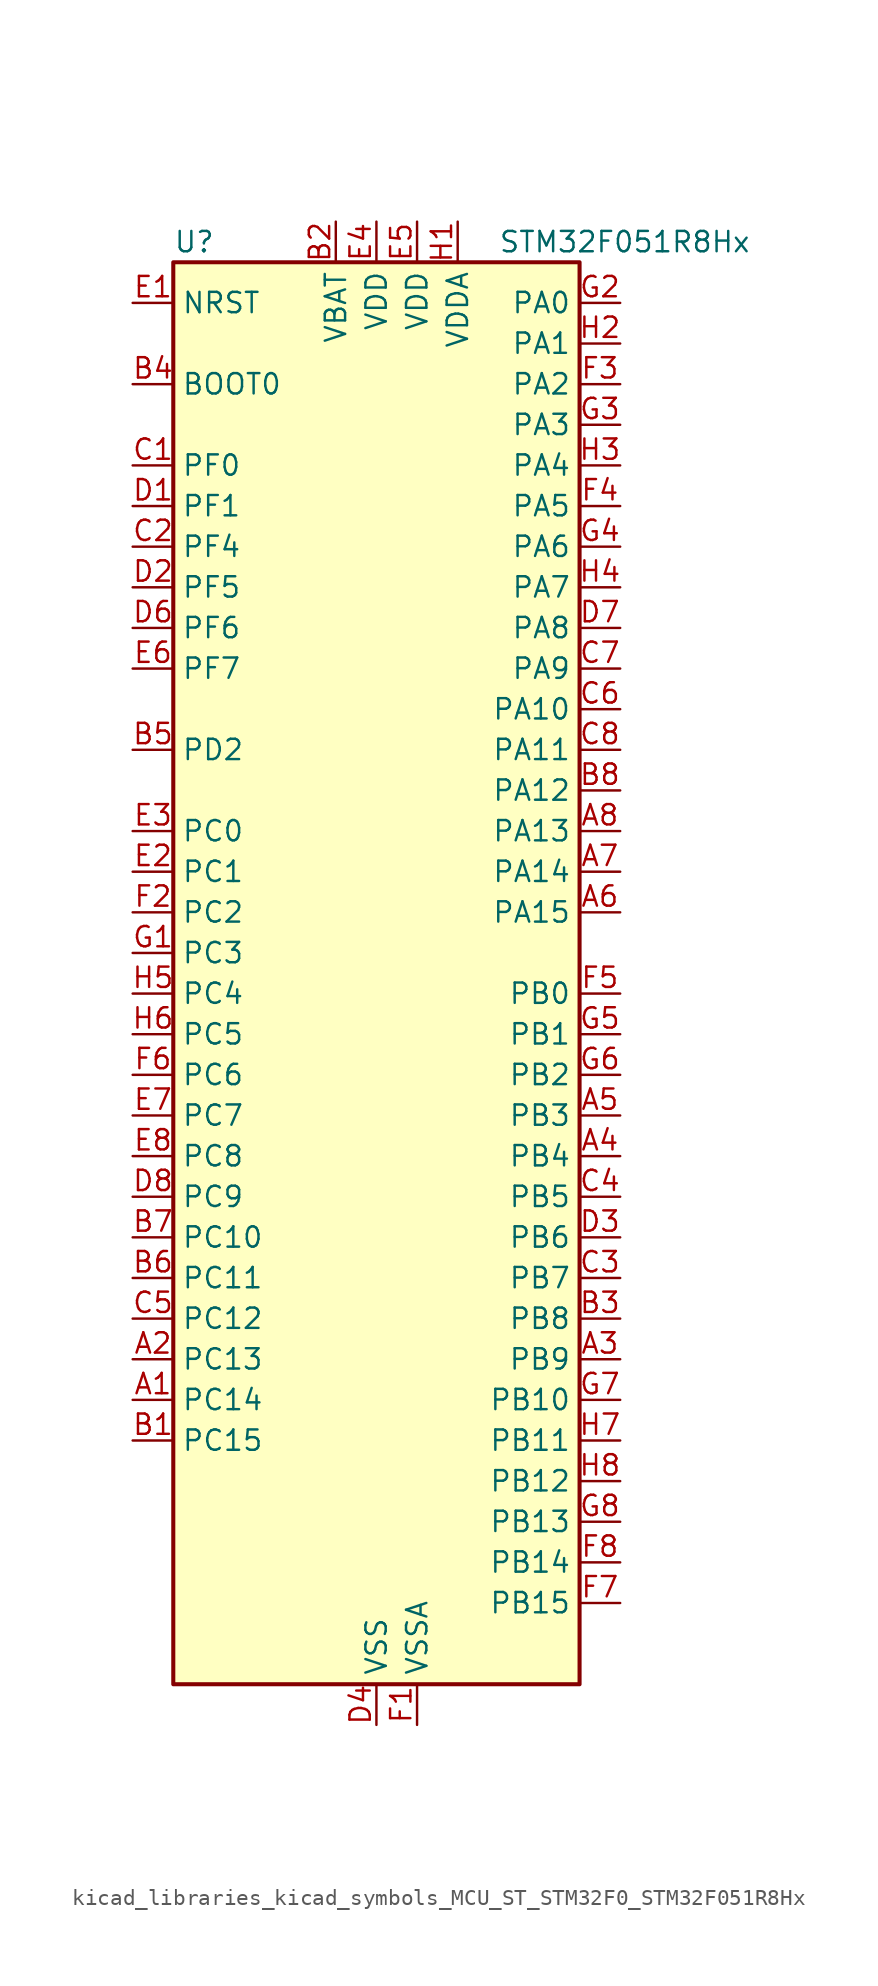
<source format=kicad_sym>
(kicad_symbol_lib
  (version 20220914)
  (generator kicad_symbol_editor)
  (symbol "kicad_libraries_kicad_symbols_MCU_ST_STM32F0_STM32F051R8Hx"
    (property "Reference" "U"
      (at -12.7 46.99 0)
      (effects (font (size 1.27 1.27)) (justify left)))
    (property "Value" "STM32F051R8Hx"
      (at 7.62 46.99 0)
      (effects (font (size 1.27 1.27)) (justify left)))
    (property "ki_locked" ""
      (at 0 0 0)
      (effects (font (size 1.27 1.27))))
    (symbol "kicad_libraries_kicad_symbols_MCU_ST_STM32F0_STM32F051R8Hx_0_1"
      (rectangle (start -12.7 -43.18) (end 12.7 45.72) (stroke (width 0.254) (type default)) (fill (type background))))
    (symbol "kicad_libraries_kicad_symbols_MCU_ST_STM32F0_STM32F051R8Hx_1_1"
      (pin bidirectional line (at -15.24 -25.4 0) (length 2.54) (name "PC14" (effects (font (size 1.27 1.27)))) (number "A1" (effects (font (size 1.27 1.27)))) (alternate "RCC_OSC32_IN" bidirectional line))
      (pin bidirectional line (at -15.24 -22.86 0) (length 2.54) (name "PC13" (effects (font (size 1.27 1.27)))) (number "A2" (effects (font (size 1.27 1.27)))) (alternate "RTC_OUT_ALARM" bidirectional line) (alternate "RTC_OUT_CALIB" bidirectional line) (alternate "RTC_TAMP1" bidirectional line) (alternate "RTC_TS" bidirectional line) (alternate "SYS_WKUP2" bidirectional line))
      (pin bidirectional line (at 15.24 -22.86 180) (length 2.54) (name "PB9" (effects (font (size 1.27 1.27)))) (number "A3" (effects (font (size 1.27 1.27)))) (alternate "DAC1_EXTI9" bidirectional line) (alternate "I2C1_SDA" bidirectional line) (alternate "IR_OUT" bidirectional line) (alternate "TIM17_CH1" bidirectional line))
      (pin bidirectional line (at 15.24 -10.16 180) (length 2.54) (name "PB4" (effects (font (size 1.27 1.27)))) (number "A4" (effects (font (size 1.27 1.27)))) (alternate "I2S1_MCK" bidirectional line) (alternate "SPI1_MISO" bidirectional line) (alternate "TIM3_CH1" bidirectional line) (alternate "TSC_G5_IO2" bidirectional line))
      (pin bidirectional line (at 15.24 -7.62 180) (length 2.54) (name "PB3" (effects (font (size 1.27 1.27)))) (number "A5" (effects (font (size 1.27 1.27)))) (alternate "I2S1_CK" bidirectional line) (alternate "SPI1_SCK" bidirectional line) (alternate "TIM2_CH2" bidirectional line) (alternate "TSC_G5_IO1" bidirectional line))
      (pin bidirectional line (at 15.24 5.08 180) (length 2.54) (name "PA15" (effects (font (size 1.27 1.27)))) (number "A6" (effects (font (size 1.27 1.27)))) (alternate "I2S1_WS" bidirectional line) (alternate "SPI1_NSS" bidirectional line) (alternate "TIM2_CH1" bidirectional line) (alternate "TIM2_ETR" bidirectional line) (alternate "USART2_RX" bidirectional line))
      (pin bidirectional line (at 15.24 7.62 180) (length 2.54) (name "PA14" (effects (font (size 1.27 1.27)))) (number "A7" (effects (font (size 1.27 1.27)))) (alternate "SYS_SWCLK" bidirectional line) (alternate "USART2_TX" bidirectional line))
      (pin bidirectional line (at 15.24 10.16 180) (length 2.54) (name "PA13" (effects (font (size 1.27 1.27)))) (number "A8" (effects (font (size 1.27 1.27)))) (alternate "IR_OUT" bidirectional line) (alternate "SYS_SWDIO" bidirectional line))
      (pin bidirectional line (at -15.24 -27.94 0) (length 2.54) (name "PC15" (effects (font (size 1.27 1.27)))) (number "B1" (effects (font (size 1.27 1.27)))) (alternate "RCC_OSC32_OUT" bidirectional line))
      (pin power_in line (at -2.54 48.26 270) (length 2.54) (name "VBAT" (effects (font (size 1.27 1.27)))) (number "B2" (effects (font (size 1.27 1.27)))))
      (pin bidirectional line (at 15.24 -20.32 180) (length 2.54) (name "PB8" (effects (font (size 1.27 1.27)))) (number "B3" (effects (font (size 1.27 1.27)))) (alternate "CEC" bidirectional line) (alternate "I2C1_SCL" bidirectional line) (alternate "TIM16_CH1" bidirectional line) (alternate "TSC_SYNC" bidirectional line))
      (pin input line (at -15.24 38.1 0) (length 2.54) (name "BOOT0" (effects (font (size 1.27 1.27)))) (number "B4" (effects (font (size 1.27 1.27)))))
      (pin bidirectional line (at -15.24 15.24 0) (length 2.54) (name "PD2" (effects (font (size 1.27 1.27)))) (number "B5" (effects (font (size 1.27 1.27)))) (alternate "TIM3_ETR" bidirectional line))
      (pin bidirectional line (at -15.24 -17.78 0) (length 2.54) (name "PC11" (effects (font (size 1.27 1.27)))) (number "B6" (effects (font (size 1.27 1.27)))))
      (pin bidirectional line (at -15.24 -15.24 0) (length 2.54) (name "PC10" (effects (font (size 1.27 1.27)))) (number "B7" (effects (font (size 1.27 1.27)))))
      (pin bidirectional line (at 15.24 12.7 180) (length 2.54) (name "PA12" (effects (font (size 1.27 1.27)))) (number "B8" (effects (font (size 1.27 1.27)))) (alternate "COMP2_OUT" bidirectional line) (alternate "TIM1_ETR" bidirectional line) (alternate "TSC_G4_IO4" bidirectional line) (alternate "USART1_DE" bidirectional line) (alternate "USART1_RTS" bidirectional line))
      (pin bidirectional line (at -15.24 33.02 0) (length 2.54) (name "PF0" (effects (font (size 1.27 1.27)))) (number "C1" (effects (font (size 1.27 1.27)))) (alternate "RCC_OSC_IN" bidirectional line))
      (pin bidirectional line (at -15.24 27.94 0) (length 2.54) (name "PF4" (effects (font (size 1.27 1.27)))) (number "C2" (effects (font (size 1.27 1.27)))))
      (pin bidirectional line (at 15.24 -17.78 180) (length 2.54) (name "PB7" (effects (font (size 1.27 1.27)))) (number "C3" (effects (font (size 1.27 1.27)))) (alternate "I2C1_SDA" bidirectional line) (alternate "TIM17_CH1N" bidirectional line) (alternate "TSC_G5_IO4" bidirectional line) (alternate "USART1_RX" bidirectional line))
      (pin bidirectional line (at 15.24 -12.7 180) (length 2.54) (name "PB5" (effects (font (size 1.27 1.27)))) (number "C4" (effects (font (size 1.27 1.27)))) (alternate "I2C1_SMBA" bidirectional line) (alternate "I2S1_SD" bidirectional line) (alternate "SPI1_MOSI" bidirectional line) (alternate "TIM16_BKIN" bidirectional line) (alternate "TIM3_CH2" bidirectional line))
      (pin bidirectional line (at -15.24 -20.32 0) (length 2.54) (name "PC12" (effects (font (size 1.27 1.27)))) (number "C5" (effects (font (size 1.27 1.27)))))
      (pin bidirectional line (at 15.24 17.78 180) (length 2.54) (name "PA10" (effects (font (size 1.27 1.27)))) (number "C6" (effects (font (size 1.27 1.27)))) (alternate "TIM17_BKIN" bidirectional line) (alternate "TIM1_CH3" bidirectional line) (alternate "TSC_G4_IO2" bidirectional line) (alternate "USART1_RX" bidirectional line))
      (pin bidirectional line (at 15.24 20.32 180) (length 2.54) (name "PA9" (effects (font (size 1.27 1.27)))) (number "C7" (effects (font (size 1.27 1.27)))) (alternate "DAC1_EXTI9" bidirectional line) (alternate "TIM15_BKIN" bidirectional line) (alternate "TIM1_CH2" bidirectional line) (alternate "TSC_G4_IO1" bidirectional line) (alternate "USART1_TX" bidirectional line))
      (pin bidirectional line (at 15.24 15.24 180) (length 2.54) (name "PA11" (effects (font (size 1.27 1.27)))) (number "C8" (effects (font (size 1.27 1.27)))) (alternate "COMP1_OUT" bidirectional line) (alternate "TIM1_CH4" bidirectional line) (alternate "TSC_G4_IO3" bidirectional line) (alternate "USART1_CTS" bidirectional line))
      (pin bidirectional line (at -15.24 30.48 0) (length 2.54) (name "PF1" (effects (font (size 1.27 1.27)))) (number "D1" (effects (font (size 1.27 1.27)))) (alternate "RCC_OSC_OUT" bidirectional line))
      (pin bidirectional line (at -15.24 25.4 0) (length 2.54) (name "PF5" (effects (font (size 1.27 1.27)))) (number "D2" (effects (font (size 1.27 1.27)))))
      (pin bidirectional line (at 15.24 -15.24 180) (length 2.54) (name "PB6" (effects (font (size 1.27 1.27)))) (number "D3" (effects (font (size 1.27 1.27)))) (alternate "I2C1_SCL" bidirectional line) (alternate "TIM16_CH1N" bidirectional line) (alternate "TSC_G5_IO3" bidirectional line) (alternate "USART1_TX" bidirectional line))
      (pin power_in line (at 0 -45.72 90) (length 2.54) (name "VSS" (effects (font (size 1.27 1.27)))) (number "D4" (effects (font (size 1.27 1.27)))))
      (pin passive line (at 0 -45.72 90) (length 2.54) hide (name "VSS" (effects (font (size 1.27 1.27)))) (number "D5" (effects (font (size 1.27 1.27)))))
      (pin bidirectional line (at -15.24 22.86 0) (length 2.54) (name "PF6" (effects (font (size 1.27 1.27)))) (number "D6" (effects (font (size 1.27 1.27)))) (alternate "I2C2_SCL" bidirectional line))
      (pin bidirectional line (at 15.24 22.86 180) (length 2.54) (name "PA8" (effects (font (size 1.27 1.27)))) (number "D7" (effects (font (size 1.27 1.27)))) (alternate "RCC_MCO" bidirectional line) (alternate "TIM1_CH1" bidirectional line) (alternate "USART1_CK" bidirectional line))
      (pin bidirectional line (at -15.24 -12.7 0) (length 2.54) (name "PC9" (effects (font (size 1.27 1.27)))) (number "D8" (effects (font (size 1.27 1.27)))) (alternate "DAC1_EXTI9" bidirectional line) (alternate "TIM3_CH4" bidirectional line))
      (pin input line (at -15.24 43.18 0) (length 2.54) (name "NRST" (effects (font (size 1.27 1.27)))) (number "E1" (effects (font (size 1.27 1.27)))))
      (pin bidirectional line (at -15.24 7.62 0) (length 2.54) (name "PC1" (effects (font (size 1.27 1.27)))) (number "E2" (effects (font (size 1.27 1.27)))) (alternate "ADC_IN11" bidirectional line))
      (pin bidirectional line (at -15.24 10.16 0) (length 2.54) (name "PC0" (effects (font (size 1.27 1.27)))) (number "E3" (effects (font (size 1.27 1.27)))) (alternate "ADC_IN10" bidirectional line))
      (pin power_in line (at 0 48.26 270) (length 2.54) (name "VDD" (effects (font (size 1.27 1.27)))) (number "E4" (effects (font (size 1.27 1.27)))))
      (pin power_in line (at 2.54 48.26 270) (length 2.54) (name "VDD" (effects (font (size 1.27 1.27)))) (number "E5" (effects (font (size 1.27 1.27)))))
      (pin bidirectional line (at -15.24 20.32 0) (length 2.54) (name "PF7" (effects (font (size 1.27 1.27)))) (number "E6" (effects (font (size 1.27 1.27)))) (alternate "I2C2_SDA" bidirectional line))
      (pin bidirectional line (at -15.24 -7.62 0) (length 2.54) (name "PC7" (effects (font (size 1.27 1.27)))) (number "E7" (effects (font (size 1.27 1.27)))) (alternate "TIM3_CH2" bidirectional line))
      (pin bidirectional line (at -15.24 -10.16 0) (length 2.54) (name "PC8" (effects (font (size 1.27 1.27)))) (number "E8" (effects (font (size 1.27 1.27)))) (alternate "TIM3_CH3" bidirectional line))
      (pin power_in line (at 2.54 -45.72 90) (length 2.54) (name "VSSA" (effects (font (size 1.27 1.27)))) (number "F1" (effects (font (size 1.27 1.27)))))
      (pin bidirectional line (at -15.24 5.08 0) (length 2.54) (name "PC2" (effects (font (size 1.27 1.27)))) (number "F2" (effects (font (size 1.27 1.27)))) (alternate "ADC_IN12" bidirectional line))
      (pin bidirectional line (at 15.24 38.1 180) (length 2.54) (name "PA2" (effects (font (size 1.27 1.27)))) (number "F3" (effects (font (size 1.27 1.27)))) (alternate "ADC_IN2" bidirectional line) (alternate "COMP2_INM" bidirectional line) (alternate "COMP2_OUT" bidirectional line) (alternate "TIM15_CH1" bidirectional line) (alternate "TIM2_CH3" bidirectional line) (alternate "TSC_G1_IO3" bidirectional line) (alternate "USART2_TX" bidirectional line))
      (pin bidirectional line (at 15.24 30.48 180) (length 2.54) (name "PA5" (effects (font (size 1.27 1.27)))) (number "F4" (effects (font (size 1.27 1.27)))) (alternate "ADC_IN5" bidirectional line) (alternate "CEC" bidirectional line) (alternate "COMP1_INM" bidirectional line) (alternate "COMP2_INM" bidirectional line) (alternate "I2S1_CK" bidirectional line) (alternate "SPI1_SCK" bidirectional line) (alternate "TIM2_CH1" bidirectional line) (alternate "TIM2_ETR" bidirectional line) (alternate "TSC_G2_IO2" bidirectional line))
      (pin bidirectional line (at 15.24 0 180) (length 2.54) (name "PB0" (effects (font (size 1.27 1.27)))) (number "F5" (effects (font (size 1.27 1.27)))) (alternate "ADC_IN8" bidirectional line) (alternate "TIM1_CH2N" bidirectional line) (alternate "TIM3_CH3" bidirectional line) (alternate "TSC_G3_IO2" bidirectional line))
      (pin bidirectional line (at -15.24 -5.08 0) (length 2.54) (name "PC6" (effects (font (size 1.27 1.27)))) (number "F6" (effects (font (size 1.27 1.27)))) (alternate "TIM3_CH1" bidirectional line))
      (pin bidirectional line (at 15.24 -38.1 180) (length 2.54) (name "PB15" (effects (font (size 1.27 1.27)))) (number "F7" (effects (font (size 1.27 1.27)))) (alternate "RTC_REFIN" bidirectional line) (alternate "SPI2_MOSI" bidirectional line) (alternate "TIM15_CH1N" bidirectional line) (alternate "TIM15_CH2" bidirectional line) (alternate "TIM1_CH3N" bidirectional line))
      (pin bidirectional line (at 15.24 -35.56 180) (length 2.54) (name "PB14" (effects (font (size 1.27 1.27)))) (number "F8" (effects (font (size 1.27 1.27)))) (alternate "SPI2_MISO" bidirectional line) (alternate "TIM15_CH1" bidirectional line) (alternate "TIM1_CH2N" bidirectional line) (alternate "TSC_G6_IO4" bidirectional line))
      (pin bidirectional line (at -15.24 2.54 0) (length 2.54) (name "PC3" (effects (font (size 1.27 1.27)))) (number "G1" (effects (font (size 1.27 1.27)))) (alternate "ADC_IN13" bidirectional line))
      (pin bidirectional line (at 15.24 43.18 180) (length 2.54) (name "PA0" (effects (font (size 1.27 1.27)))) (number "G2" (effects (font (size 1.27 1.27)))) (alternate "ADC_IN0" bidirectional line) (alternate "COMP1_INM" bidirectional line) (alternate "COMP1_OUT" bidirectional line) (alternate "RTC_TAMP2" bidirectional line) (alternate "SYS_WKUP1" bidirectional line) (alternate "TIM2_CH1" bidirectional line) (alternate "TIM2_ETR" bidirectional line) (alternate "TSC_G1_IO1" bidirectional line) (alternate "USART2_CTS" bidirectional line))
      (pin bidirectional line (at 15.24 35.56 180) (length 2.54) (name "PA3" (effects (font (size 1.27 1.27)))) (number "G3" (effects (font (size 1.27 1.27)))) (alternate "ADC_IN3" bidirectional line) (alternate "COMP2_INP" bidirectional line) (alternate "TIM15_CH2" bidirectional line) (alternate "TIM2_CH4" bidirectional line) (alternate "TSC_G1_IO4" bidirectional line) (alternate "USART2_RX" bidirectional line))
      (pin bidirectional line (at 15.24 27.94 180) (length 2.54) (name "PA6" (effects (font (size 1.27 1.27)))) (number "G4" (effects (font (size 1.27 1.27)))) (alternate "ADC_IN6" bidirectional line) (alternate "COMP1_OUT" bidirectional line) (alternate "I2S1_MCK" bidirectional line) (alternate "SPI1_MISO" bidirectional line) (alternate "TIM16_CH1" bidirectional line) (alternate "TIM1_BKIN" bidirectional line) (alternate "TIM3_CH1" bidirectional line) (alternate "TSC_G2_IO3" bidirectional line))
      (pin bidirectional line (at 15.24 -2.54 180) (length 2.54) (name "PB1" (effects (font (size 1.27 1.27)))) (number "G5" (effects (font (size 1.27 1.27)))) (alternate "ADC_IN9" bidirectional line) (alternate "TIM14_CH1" bidirectional line) (alternate "TIM1_CH3N" bidirectional line) (alternate "TIM3_CH4" bidirectional line) (alternate "TSC_G3_IO3" bidirectional line))
      (pin bidirectional line (at 15.24 -5.08 180) (length 2.54) (name "PB2" (effects (font (size 1.27 1.27)))) (number "G6" (effects (font (size 1.27 1.27)))) (alternate "TSC_G3_IO4" bidirectional line))
      (pin bidirectional line (at 15.24 -25.4 180) (length 2.54) (name "PB10" (effects (font (size 1.27 1.27)))) (number "G7" (effects (font (size 1.27 1.27)))) (alternate "CEC" bidirectional line) (alternate "I2C2_SCL" bidirectional line) (alternate "TIM2_CH3" bidirectional line) (alternate "TSC_SYNC" bidirectional line))
      (pin bidirectional line (at 15.24 -33.02 180) (length 2.54) (name "PB13" (effects (font (size 1.27 1.27)))) (number "G8" (effects (font (size 1.27 1.27)))) (alternate "SPI2_SCK" bidirectional line) (alternate "TIM1_CH1N" bidirectional line) (alternate "TSC_G6_IO3" bidirectional line))
      (pin power_in line (at 5.08 48.26 270) (length 2.54) (name "VDDA" (effects (font (size 1.27 1.27)))) (number "H1" (effects (font (size 1.27 1.27)))))
      (pin bidirectional line (at 15.24 40.64 180) (length 2.54) (name "PA1" (effects (font (size 1.27 1.27)))) (number "H2" (effects (font (size 1.27 1.27)))) (alternate "ADC_IN1" bidirectional line) (alternate "COMP1_INP" bidirectional line) (alternate "TIM2_CH2" bidirectional line) (alternate "TSC_G1_IO2" bidirectional line) (alternate "USART2_DE" bidirectional line) (alternate "USART2_RTS" bidirectional line))
      (pin bidirectional line (at 15.24 33.02 180) (length 2.54) (name "PA4" (effects (font (size 1.27 1.27)))) (number "H3" (effects (font (size 1.27 1.27)))) (alternate "ADC_IN4" bidirectional line) (alternate "COMP1_INM" bidirectional line) (alternate "COMP2_INM" bidirectional line) (alternate "DAC1_OUT1" bidirectional line) (alternate "I2S1_WS" bidirectional line) (alternate "SPI1_NSS" bidirectional line) (alternate "TIM14_CH1" bidirectional line) (alternate "TSC_G2_IO1" bidirectional line) (alternate "USART2_CK" bidirectional line))
      (pin bidirectional line (at 15.24 25.4 180) (length 2.54) (name "PA7" (effects (font (size 1.27 1.27)))) (number "H4" (effects (font (size 1.27 1.27)))) (alternate "ADC_IN7" bidirectional line) (alternate "COMP2_OUT" bidirectional line) (alternate "I2S1_SD" bidirectional line) (alternate "SPI1_MOSI" bidirectional line) (alternate "TIM14_CH1" bidirectional line) (alternate "TIM17_CH1" bidirectional line) (alternate "TIM1_CH1N" bidirectional line) (alternate "TIM3_CH2" bidirectional line) (alternate "TSC_G2_IO4" bidirectional line))
      (pin bidirectional line (at -15.24 0 0) (length 2.54) (name "PC4" (effects (font (size 1.27 1.27)))) (number "H5" (effects (font (size 1.27 1.27)))) (alternate "ADC_IN14" bidirectional line))
      (pin bidirectional line (at -15.24 -2.54 0) (length 2.54) (name "PC5" (effects (font (size 1.27 1.27)))) (number "H6" (effects (font (size 1.27 1.27)))) (alternate "ADC_IN15" bidirectional line) (alternate "TSC_G3_IO1" bidirectional line))
      (pin bidirectional line (at 15.24 -27.94 180) (length 2.54) (name "PB11" (effects (font (size 1.27 1.27)))) (number "H7" (effects (font (size 1.27 1.27)))) (alternate "I2C2_SDA" bidirectional line) (alternate "TIM2_CH4" bidirectional line) (alternate "TSC_G6_IO1" bidirectional line))
      (pin bidirectional line (at 15.24 -30.48 180) (length 2.54) (name "PB12" (effects (font (size 1.27 1.27)))) (number "H8" (effects (font (size 1.27 1.27)))) (alternate "SPI2_NSS" bidirectional line) (alternate "TIM1_BKIN" bidirectional line) (alternate "TSC_G6_IO2" bidirectional line)))))
</source>
